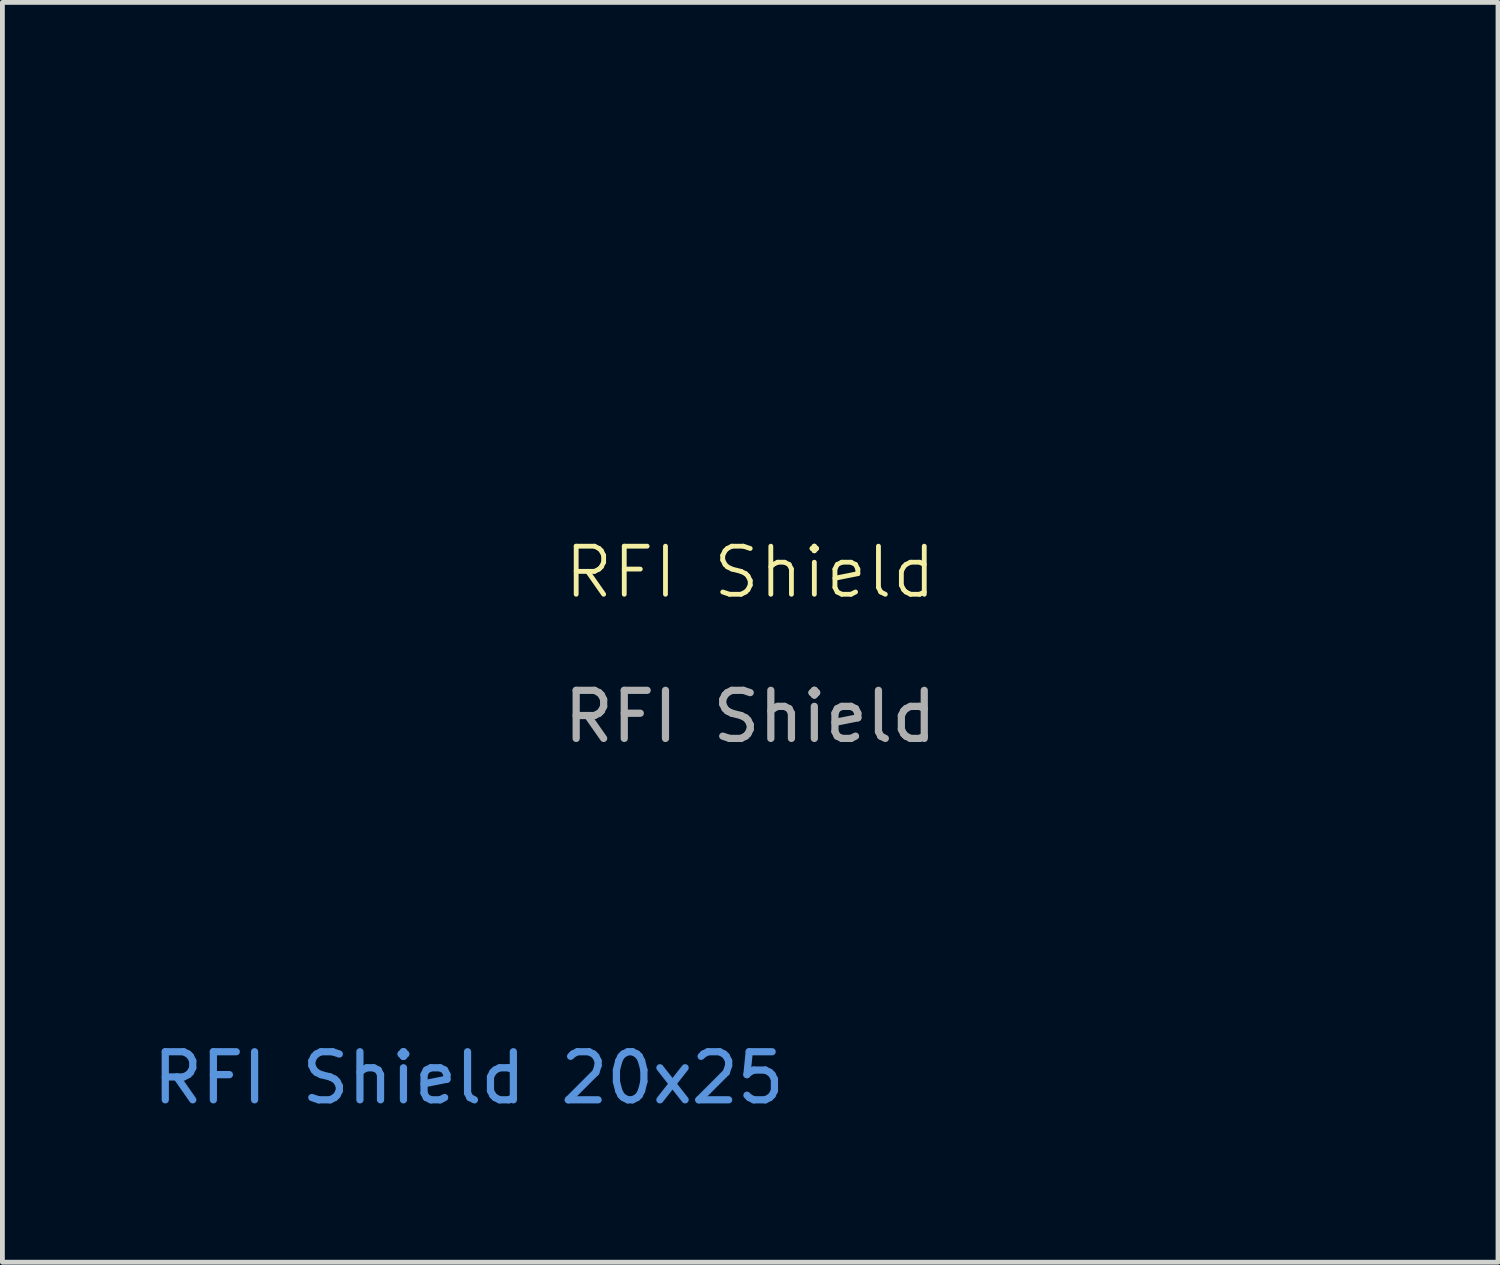
<source format=kicad_pcb>
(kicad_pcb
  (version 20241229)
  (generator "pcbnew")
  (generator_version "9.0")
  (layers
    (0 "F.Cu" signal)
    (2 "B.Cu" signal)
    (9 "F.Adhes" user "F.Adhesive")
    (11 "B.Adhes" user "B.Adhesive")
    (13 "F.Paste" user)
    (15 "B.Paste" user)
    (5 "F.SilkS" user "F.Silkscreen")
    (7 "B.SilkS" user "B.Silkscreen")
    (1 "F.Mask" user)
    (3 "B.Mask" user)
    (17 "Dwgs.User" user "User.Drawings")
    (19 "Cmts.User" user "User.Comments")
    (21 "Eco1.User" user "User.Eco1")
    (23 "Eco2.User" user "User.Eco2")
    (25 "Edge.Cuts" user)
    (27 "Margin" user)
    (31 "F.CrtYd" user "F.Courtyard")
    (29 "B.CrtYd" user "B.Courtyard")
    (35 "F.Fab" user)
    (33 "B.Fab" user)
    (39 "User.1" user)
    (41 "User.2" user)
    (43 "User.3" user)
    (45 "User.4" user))
  (footprint "RFI Shield"
    (layer "F.Cu")
    (at 12.55 9.35)
    (property "Reference" "RFI Shield" (at 0 -0.5 0) (unlocked yes) (layer "F.SilkS") (effects (font (size 1 1) (thickness 0.1))))
    (attr smd)
    (fp_rect (start -12.5 -9.3) (end 12.5 10.7) (stroke (width 0.1) (type solid)) (fill no) (layer "Margin"))
    (fp_text user "RFI Shield 20x25" (at -12.5 10.6 0) (unlocked yes) (layer "Cmts.User") (effects (font (size 1 1) (thickness 0.15)) (justify left bottom)))
    (fp_text user "${REFERENCE}" (at 0 2.5 0) (unlocked yes) (layer "F.Fab") (effects (font (size 1 1) (thickness 0.15)))))
  (gr_rect
    (start -3 -3)
    (end 28.1 23.197)
    (stroke (width 0.1) (type default))
    (fill no)
    (layer "Edge.Cuts")))
</source>
